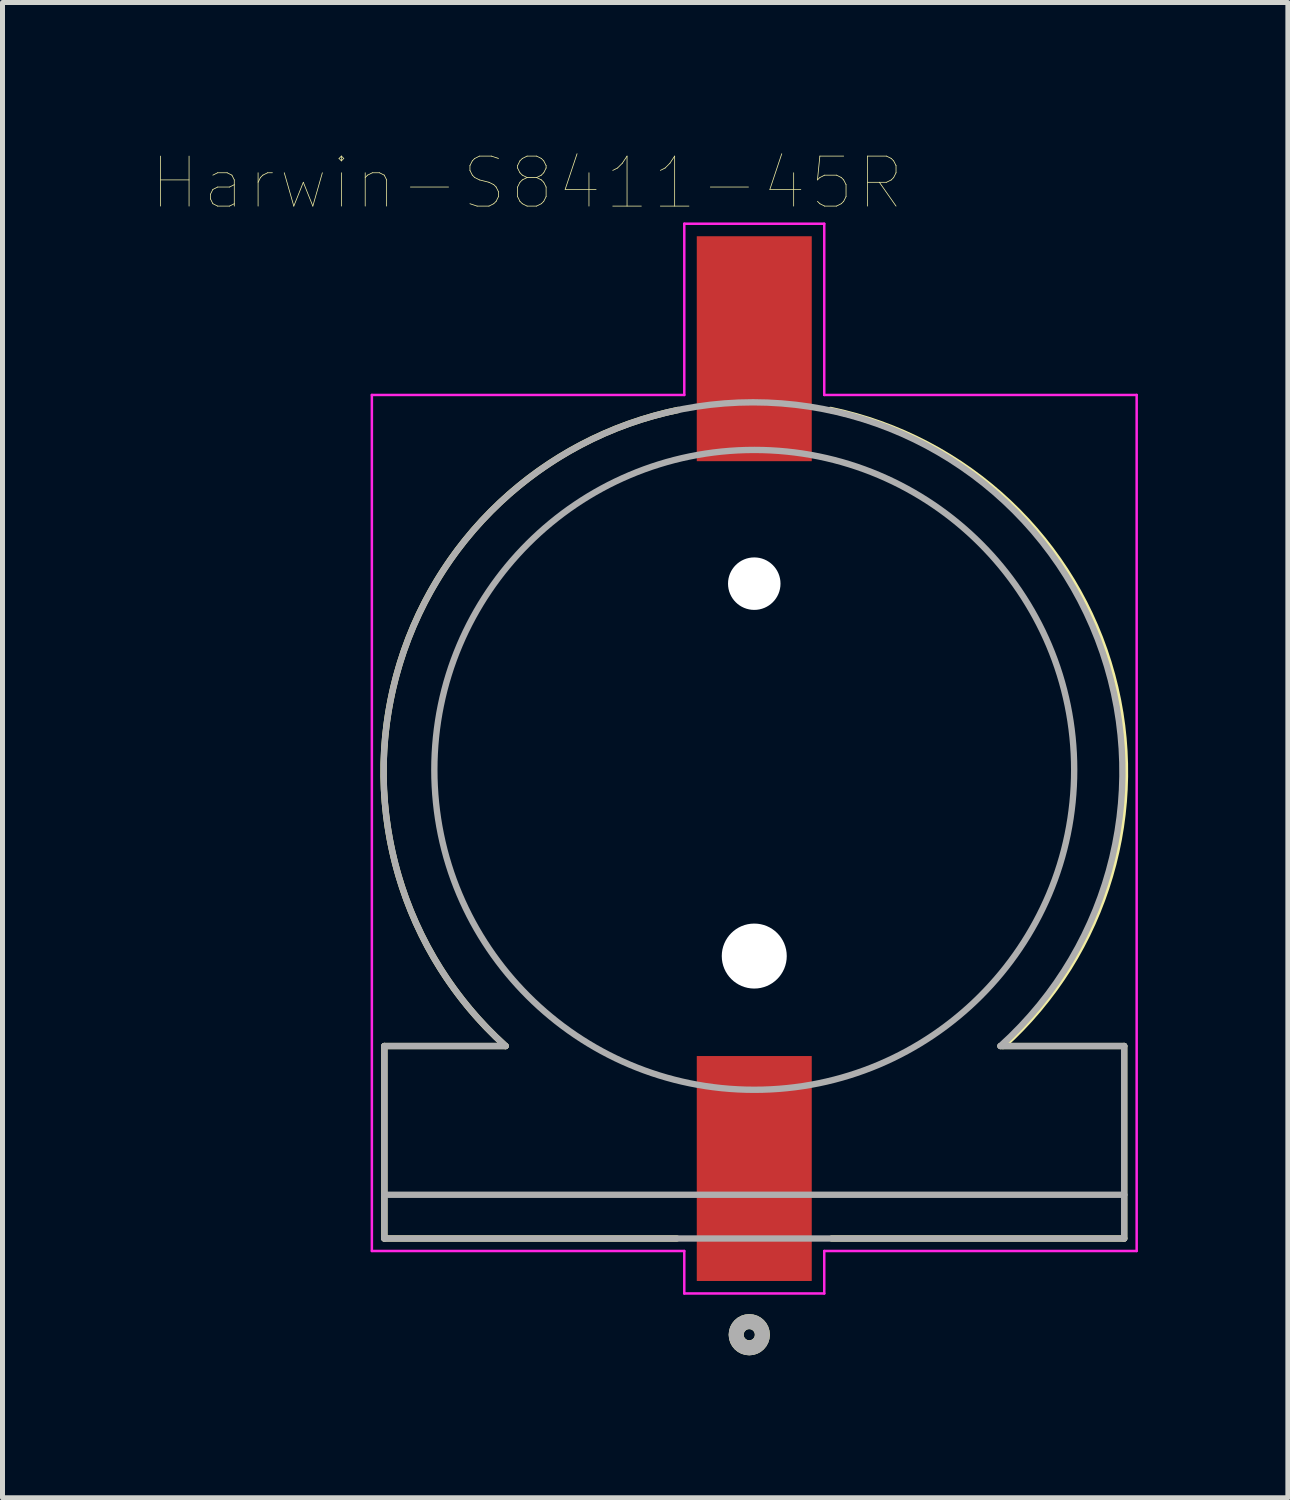
<source format=kicad_pcb>
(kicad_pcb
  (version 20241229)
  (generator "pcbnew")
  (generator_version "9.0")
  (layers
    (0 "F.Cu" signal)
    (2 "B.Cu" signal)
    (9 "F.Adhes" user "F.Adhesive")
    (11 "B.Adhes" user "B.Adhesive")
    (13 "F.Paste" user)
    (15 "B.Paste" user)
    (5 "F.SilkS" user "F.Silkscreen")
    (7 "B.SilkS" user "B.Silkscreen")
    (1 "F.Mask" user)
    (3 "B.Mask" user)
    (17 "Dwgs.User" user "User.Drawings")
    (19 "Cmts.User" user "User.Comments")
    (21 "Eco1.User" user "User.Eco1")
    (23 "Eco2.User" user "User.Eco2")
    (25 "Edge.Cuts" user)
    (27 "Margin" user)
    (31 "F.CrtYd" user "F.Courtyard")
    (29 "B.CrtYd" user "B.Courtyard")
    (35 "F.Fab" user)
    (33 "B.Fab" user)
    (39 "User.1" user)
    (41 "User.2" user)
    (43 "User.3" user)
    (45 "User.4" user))
  (footprint "Harwin-S8411-45R"
    (layer "F.Cu")
    (at 12.039 12.351)
    (property "Reference" "Harwin-S8411-45R" (at -4.545 -11.74 0) (layer "F.SilkS") (effects (font (size 1 1) (thickness 0.015))))
    (attr through_hole)
    (fp_line (start -7.4 5.525) (end -4.975 5.525) (stroke (width 0.127) (type solid)) (layer "F.SilkS"))
    (fp_line (start -7.4 9.375) (end -7.4 5.525) (stroke (width 0.127) (type solid)) (layer "F.SilkS"))
    (fp_line (start -7.4 9.375) (end -1.55 9.375) (stroke (width 0.127) (type solid)) (layer "F.SilkS"))
    (fp_line (start 4.925 5.525) (end 7.4 5.525) (stroke (width 0.127) (type solid)) (layer "F.SilkS"))
    (fp_line (start 7.4 5.525) (end 7.4 9.375) (stroke (width 0.127) (type solid)) (layer "F.SilkS"))
    (fp_line (start 7.4 9.375) (end 1.55 9.375) (stroke (width 0.127) (type solid)) (layer "F.SilkS"))
    (fp_arc (start -4.975 5.525) (mid -7.158498 -1.897172) (end -1.524999 -7.200001) (stroke (width 0.127) (type solid)) (layer "F.SilkS"))
    (fp_arc (start 1.524999 -7.200001) (mid 7.158498 -1.897172) (end 4.975 5.525) (stroke (width 0.127) (type solid)) (layer "F.SilkS"))
    (fp_circle (center -0.1 11.3) (end 0.012 11.3) (stroke (width 0.3) (type solid)) (fill no) (layer "F.SilkS"))
    (fp_line (start -7.65 -7.5) (end -1.4 -7.5) (stroke (width 0.05) (type solid)) (layer "F.CrtYd"))
    (fp_line (start -7.65 9.625) (end -7.65 -7.5) (stroke (width 0.05) (type solid)) (layer "F.CrtYd"))
    (fp_line (start -1.4 -10.925) (end 1.4 -10.925) (stroke (width 0.05) (type solid)) (layer "F.CrtYd"))
    (fp_line (start -1.4 -7.5) (end -1.4 -10.925) (stroke (width 0.05) (type solid)) (layer "F.CrtYd"))
    (fp_line (start -1.4 9.625) (end -7.65 9.625) (stroke (width 0.05) (type solid)) (layer "F.CrtYd"))
    (fp_line (start -1.4 10.475) (end -1.4 9.625) (stroke (width 0.05) (type solid)) (layer "F.CrtYd"))
    (fp_line (start 1.4 -10.925) (end 1.4 -7.5) (stroke (width 0.05) (type solid)) (layer "F.CrtYd"))
    (fp_line (start 1.4 -7.5) (end 7.65 -7.5) (stroke (width 0.05) (type solid)) (layer "F.CrtYd"))
    (fp_line (start 1.4 9.625) (end 1.4 10.475) (stroke (width 0.05) (type solid)) (layer "F.CrtYd"))
    (fp_line (start 1.4 10.475) (end -1.4 10.475) (stroke (width 0.05) (type solid)) (layer "F.CrtYd"))
    (fp_line (start 7.65 -7.5) (end 7.65 9.625) (stroke (width 0.05) (type solid)) (layer "F.CrtYd"))
    (fp_line (start 7.65 9.625) (end 1.4 9.625) (stroke (width 0.05) (type solid)) (layer "F.CrtYd"))
    (fp_line (start -7.4 5.525) (end -4.975 5.525) (stroke (width 0.127) (type solid)) (layer "F.Fab"))
    (fp_line (start -7.4 8.5) (end -7.4 5.525) (stroke (width 0.127) (type solid)) (layer "F.Fab"))
    (fp_line (start -7.4 9.375) (end -7.4 8.5) (stroke (width 0.127) (type solid)) (layer "F.Fab"))
    (fp_line (start 4.925 5.525) (end 7.4 5.525) (stroke (width 0.127) (type solid)) (layer "F.Fab"))
    (fp_line (start 7.4 5.525) (end 7.4 8.5) (stroke (width 0.127) (type solid)) (layer "F.Fab"))
    (fp_line (start 7.4 8.5) (end -7.4 8.5) (stroke (width 0.127) (type solid)) (layer "F.Fab"))
    (fp_line (start 7.4 8.5) (end 7.4 9.375) (stroke (width 0.127) (type solid)) (layer "F.Fab"))
    (fp_line (start 7.4 9.375) (end -7.4 9.375) (stroke (width 0.127) (type solid)) (layer "F.Fab"))
    (fp_arc (start -4.975 5.525) (mid -0.025 -7.352721) (end 4.925 5.525) (stroke (width 0.127) (type solid)) (layer "F.Fab"))
    (fp_circle (center -0.1 11.3) (end 0.012 11.3) (stroke (width 0.3) (type solid)) (fill no) (layer "F.Fab"))
    (fp_circle (center 0 0) (end 6.4 0) (stroke (width 0.127) (type solid)) (fill no) (layer "F.Fab"))
    (pad "" np_thru_hole circle (at 0 -3.725) (size 1.05 1.05) (drill 1.05) (layers "*.Cu" "*.Mask"))
    (pad "" np_thru_hole circle (at 0 3.725) (size 1.3 1.3) (drill 1.3) (layers "*.Cu" "*.Mask"))
    (pad "N" smd rect (at 0 -8.425) (size 2.3 4.5) (layers "F.Cu" "F.Mask" "F.Paste"))
    (pad "P" smd rect (at 0 7.975) (size 2.3 4.5) (layers "F.Cu" "F.Mask" "F.Paste")))
  (gr_rect
    (start -3 -3)
    (end 22.714 26.913)
    (stroke (width 0.1) (type default))
    (fill no)
    (layer "Edge.Cuts")))
</source>
